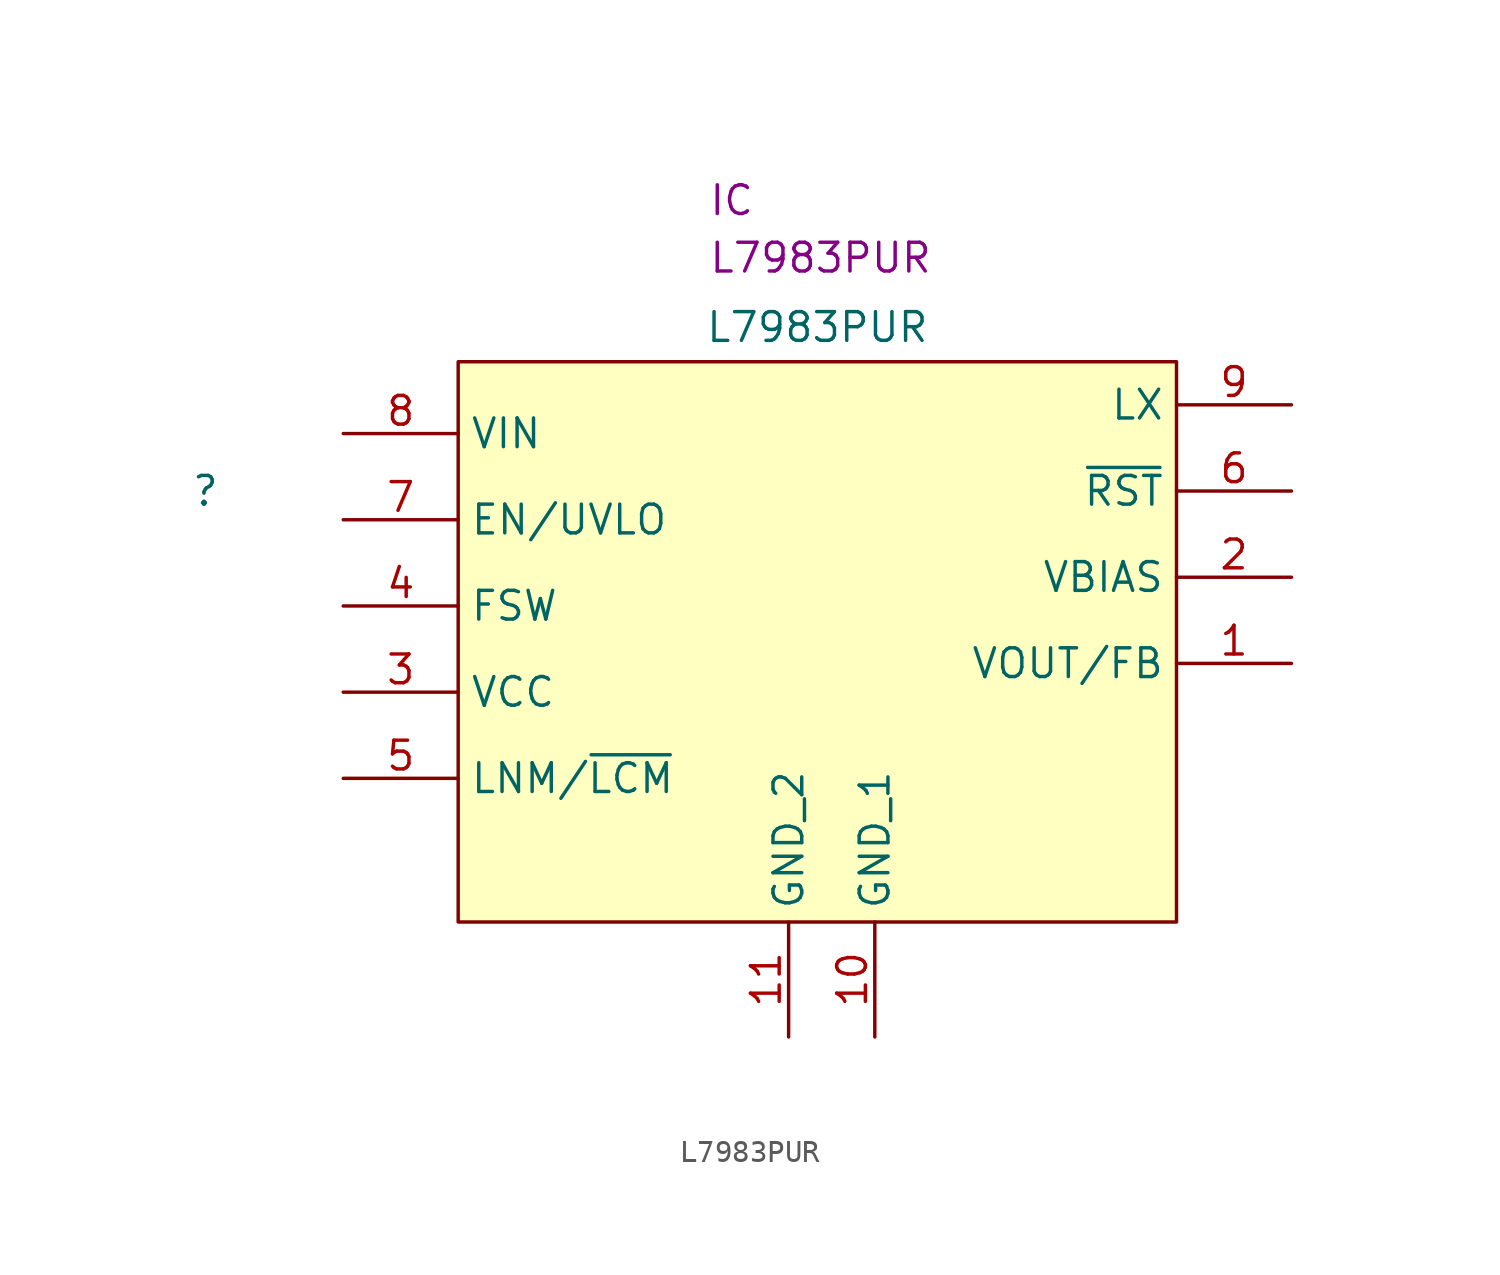
<source format=kicad_sym>
(kicad_symbol_lib
  (version 20211014)
  (generator kicad_symbol_editor)
  (symbol "L7983PUR"
    (property "Reference" ""
      (at -26.416 6.35 0)
      (effects (font (size 1.27 1.27))))
    (property "Value" "L7983PUR"
      (at 0.635 13.589 0)
      (effects (font (size 1.27 1.27))))
    (property "Reference_1" "IC"
      (at -4.191 19.939 0)
      (effects (font (size 1.27 1.27)) (justify left top)))
    (property "Value_1" "L7983PUR"
      (at -4.191 17.399 0)
      (effects (font (size 1.27 1.27)) (justify left top)))
    (symbol "L7983PUR_0_1"
      (rectangle (start -15.24 12.065) (end 16.51 -12.7) (stroke (width 0) (type default) (color 0 0 0 0)) (fill (type background))))
    (symbol "L7983PUR_1_1"
      (pin passive line (at 21.59 -1.27 180) (length 5.08) (name "VOUT/FB" (effects (font (size 1.27 1.27)))) (number "1" (effects (font (size 1.27 1.27)))))
      (pin passive line (at 3.175 -17.78 90) (length 5.08) (name "GND_1" (effects (font (size 1.27 1.27)))) (number "10" (effects (font (size 1.27 1.27)))))
      (pin passive line (at -0.635 -17.78 90) (length 5.08) (name "GND_2" (effects (font (size 1.27 1.27)))) (number "11" (effects (font (size 1.27 1.27)))))
      (pin passive line (at 21.59 2.54 180) (length 5.08) (name "VBIAS" (effects (font (size 1.27 1.27)))) (number "2" (effects (font (size 1.27 1.27)))))
      (pin passive line (at -20.32 -2.54 0) (length 5.08) (name "VCC" (effects (font (size 1.27 1.27)))) (number "3" (effects (font (size 1.27 1.27)))))
      (pin passive line (at -20.32 1.27 0) (length 5.08) (name "FSW" (effects (font (size 1.27 1.27)))) (number "4" (effects (font (size 1.27 1.27)))))
      (pin passive line (at -20.32 -6.35 0) (length 5.08) (name "LNM/~{LCM}" (effects (font (size 1.27 1.27)))) (number "5" (effects (font (size 1.27 1.27)))))
      (pin passive line (at 21.59 6.35 180) (length 5.08) (name "~{RST}" (effects (font (size 1.27 1.27)))) (number "6" (effects (font (size 1.27 1.27)))))
      (pin passive line (at -20.32 5.08 0) (length 5.08) (name "EN/UVLO" (effects (font (size 1.27 1.27)))) (number "7" (effects (font (size 1.27 1.27)))))
      (pin passive line (at -20.32 8.89 0) (length 5.08) (name "VIN" (effects (font (size 1.27 1.27)))) (number "8" (effects (font (size 1.27 1.27)))))
      (pin passive line (at 21.59 10.16 180) (length 5.08) (name "LX" (effects (font (size 1.27 1.27)))) (number "9" (effects (font (size 1.27 1.27))))))))
</source>
